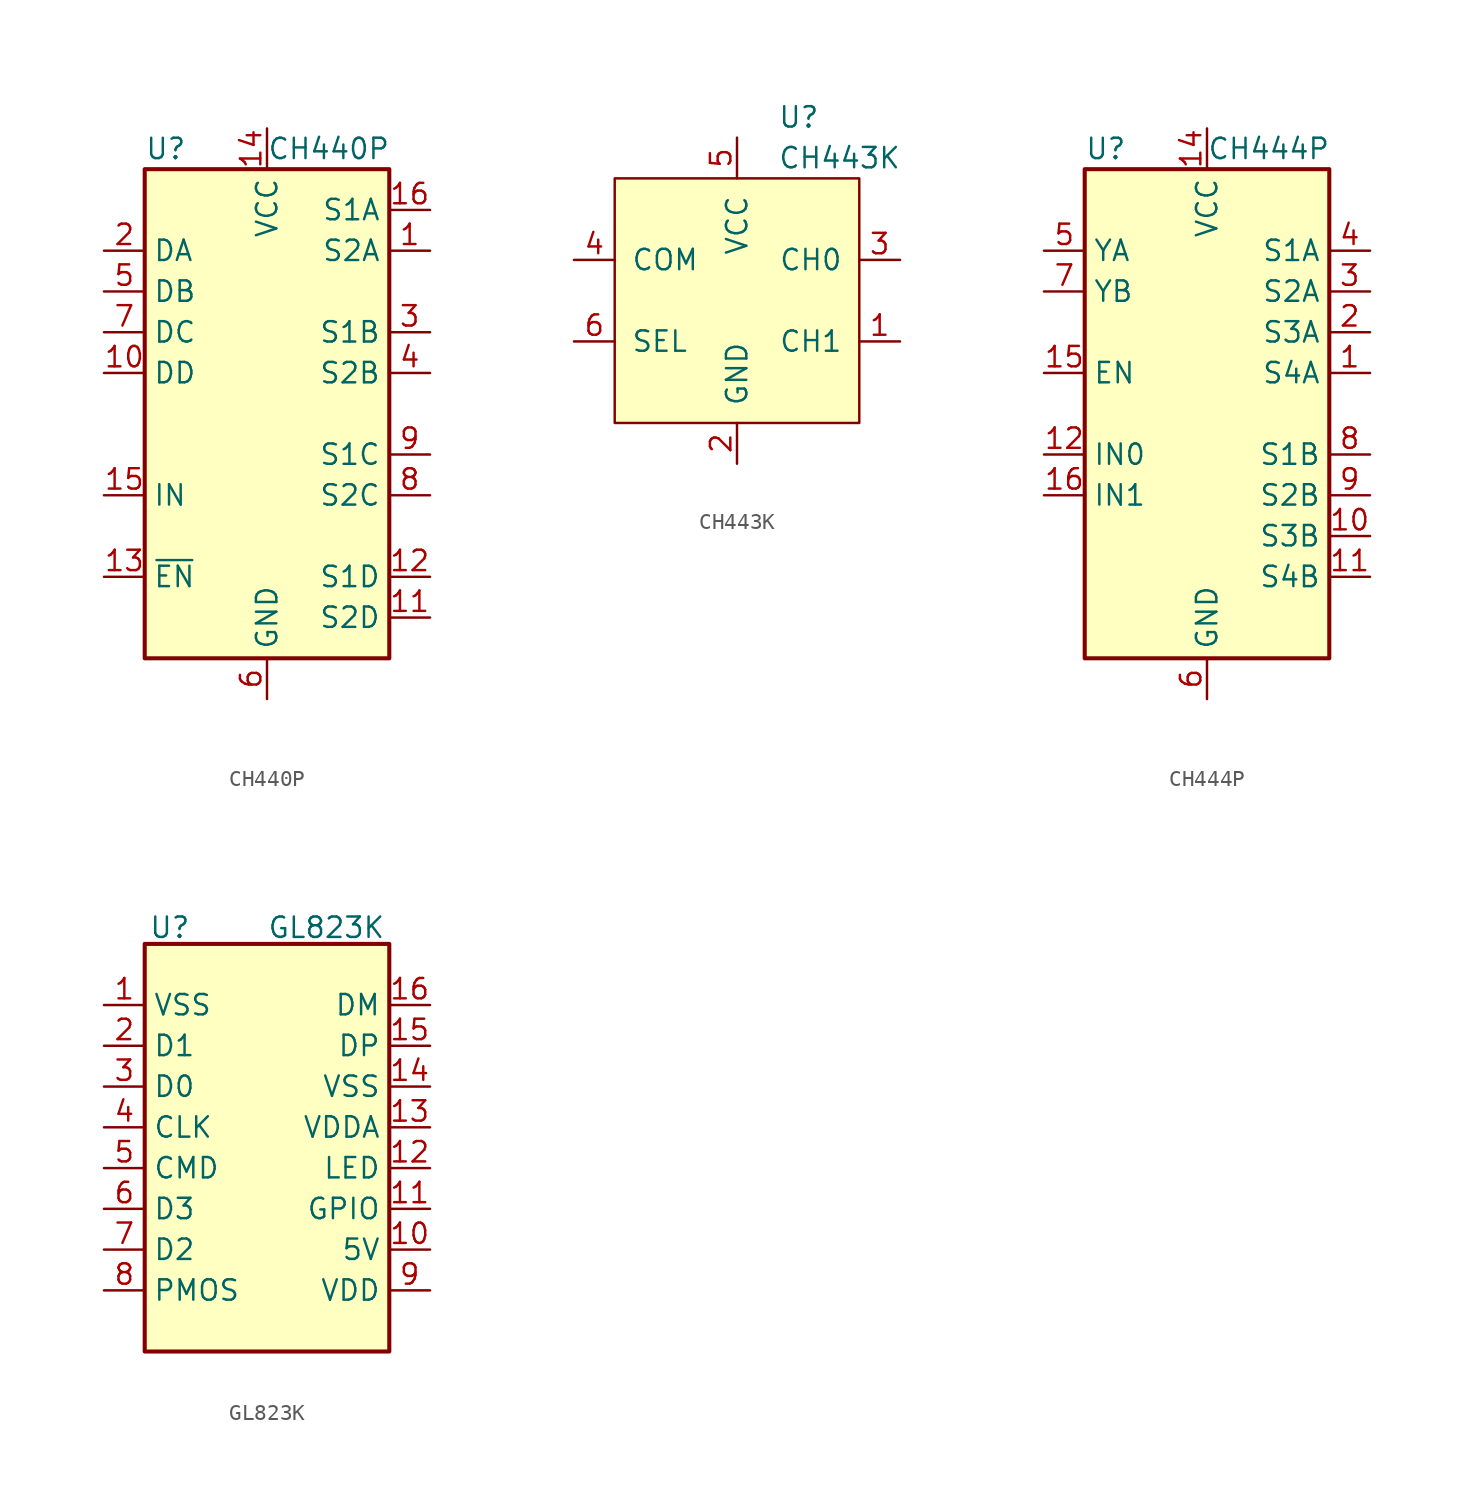
<source format=kicad_sym>
(kicad_symbol_lib
  (version 20241209)
  (generator "kicad_symbol_editor")
  (generator_version "9.0")
  (symbol "CH440P"
    (property "Reference" "U"
      (at -7.62 16.51 0)
      (effects (font (size 1.27 1.27)) (justify left)))
    (property "Value" "CH440P"
      (at 0 16.51 0)
      (effects (font (size 1.27 1.27)) (justify left)))
    (symbol "CH440P_0_1"
      (rectangle (start -7.62 15.24) (end 7.62 -15.24) (stroke (width 0.254) (type default)) (fill (type background))))
    (symbol "CH440P_1_1"
      (pin bidirectional line (at -10.16 10.16 0) (length 2.54) (name "DA" (effects (font (size 1.27 1.27)))) (number "2" (effects (font (size 1.27 1.27)))))
      (pin bidirectional line (at -10.16 7.62 0) (length 2.54) (name "DB" (effects (font (size 1.27 1.27)))) (number "5" (effects (font (size 1.27 1.27)))))
      (pin bidirectional line (at -10.16 5.08 0) (length 2.54) (name "DC" (effects (font (size 1.27 1.27)))) (number "7" (effects (font (size 1.27 1.27)))))
      (pin bidirectional line (at -10.16 2.54 0) (length 2.54) (name "DD" (effects (font (size 1.27 1.27)))) (number "10" (effects (font (size 1.27 1.27)))))
      (pin input line (at -10.16 -5.08 0) (length 2.54) (name "IN" (effects (font (size 1.27 1.27)))) (number "15" (effects (font (size 1.27 1.27)))))
      (pin input line (at -10.16 -10.16 0) (length 2.54) (name "~{EN}" (effects (font (size 1.27 1.27)))) (number "13" (effects (font (size 1.27 1.27)))))
      (pin power_in line (at 0 17.78 270) (length 2.54) (name "VCC" (effects (font (size 1.27 1.27)))) (number "14" (effects (font (size 1.27 1.27)))))
      (pin power_in line (at 0 -17.78 90) (length 2.54) (hide yes) (name "GND" (effects (font (size 1.27 1.27)))) (number "17" (effects (font (size 1.27 1.27)))))
      (pin power_in line (at 0 -17.78 90) (length 2.54) (name "GND" (effects (font (size 1.27 1.27)))) (number "6" (effects (font (size 1.27 1.27)))))
      (pin input line (at 10.16 12.7 180) (length 2.54) (name "S1A" (effects (font (size 1.27 1.27)))) (number "16" (effects (font (size 1.27 1.27)))))
      (pin bidirectional line (at 10.16 10.16 180) (length 2.54) (name "S2A" (effects (font (size 1.27 1.27)))) (number "1" (effects (font (size 1.27 1.27)))))
      (pin bidirectional line (at 10.16 5.08 180) (length 2.54) (name "S1B" (effects (font (size 1.27 1.27)))) (number "3" (effects (font (size 1.27 1.27)))))
      (pin bidirectional line (at 10.16 2.54 180) (length 2.54) (name "S2B" (effects (font (size 1.27 1.27)))) (number "4" (effects (font (size 1.27 1.27)))))
      (pin bidirectional line (at 10.16 -2.54 180) (length 2.54) (name "S1C" (effects (font (size 1.27 1.27)))) (number "9" (effects (font (size 1.27 1.27)))))
      (pin bidirectional line (at 10.16 -5.08 180) (length 2.54) (name "S2C" (effects (font (size 1.27 1.27)))) (number "8" (effects (font (size 1.27 1.27)))))
      (pin bidirectional line (at 10.16 -10.16 180) (length 2.54) (name "S1D" (effects (font (size 1.27 1.27)))) (number "12" (effects (font (size 1.27 1.27)))))
      (pin bidirectional line (at 10.16 -12.7 180) (length 2.54) (name "S2D" (effects (font (size 1.27 1.27)))) (number "11" (effects (font (size 1.27 1.27)))))))
  (symbol "CH443K"
    (pin_names
      (offset 1.016))
    (property "Reference" "U"
      (at 2.54 11.43 0)
      (effects (font (size 1.27 1.27)) (justify left)))
    (property "Value" "CH443K"
      (at 2.54 8.89 0)
      (effects (font (size 1.27 1.27)) (justify left)))
    (symbol "CH443K_0_1"
      (rectangle (start -7.62 7.62) (end 7.62 -7.62) (stroke (width 0) (type default)) (fill (type background))))
    (symbol "CH443K_1_1"
      (pin input line (at -10.16 2.54 0) (length 2.54) (name "COM" (effects (font (size 1.27 1.27)))) (number "4" (effects (font (size 1.27 1.27)))))
      (pin input line (at -10.16 -2.54 0) (length 2.54) (name "SEL" (effects (font (size 1.27 1.27)))) (number "6" (effects (font (size 1.27 1.27)))))
      (pin power_in line (at 0 10.16 270) (length 2.54) (name "VCC" (effects (font (size 1.27 1.27)))) (number "5" (effects (font (size 1.27 1.27)))))
      (pin power_in line (at 0 -10.16 90) (length 2.54) (name "GND" (effects (font (size 1.27 1.27)))) (number "2" (effects (font (size 1.27 1.27)))))
      (pin output line (at 10.16 2.54 180) (length 2.54) (name "CH0" (effects (font (size 1.27 1.27)))) (number "3" (effects (font (size 1.27 1.27)))))
      (pin output line (at 10.16 -2.54 180) (length 2.54) (name "CH1" (effects (font (size 1.27 1.27)))) (number "1" (effects (font (size 1.27 1.27)))))))
  (symbol "CH444P"
    (property "Reference" "U"
      (at -7.62 16.51 0)
      (effects (font (size 1.27 1.27)) (justify left)))
    (property "Value" "CH444P"
      (at 0 16.51 0)
      (effects (font (size 1.27 1.27)) (justify left)))
    (symbol "CH444P_0_1"
      (rectangle (start -7.62 15.24) (end 7.62 -15.24) (stroke (width 0.254) (type default)) (fill (type background))))
    (symbol "CH444P_1_0"
      (pin power_in line (at 0 -17.78 90) (length 2.54) (hide yes) (name "GND" (effects (font (size 1.27 1.27)))) (number "17" (effects (font (size 1.27 1.27))))))
    (symbol "CH444P_1_1"
      (pin bidirectional line (at -10.16 10.16 0) (length 2.54) (name "YA" (effects (font (size 1.27 1.27)))) (number "5" (effects (font (size 1.27 1.27)))))
      (pin bidirectional line (at -10.16 7.62 0) (length 2.54) (name "YB" (effects (font (size 1.27 1.27)))) (number "7" (effects (font (size 1.27 1.27)))))
      (pin input line (at -10.16 2.54 0) (length 2.54) (name "EN" (effects (font (size 1.27 1.27)))) (number "15" (effects (font (size 1.27 1.27)))))
      (pin input line (at -10.16 -2.54 0) (length 2.54) (name "IN0" (effects (font (size 1.27 1.27)))) (number "12" (effects (font (size 1.27 1.27)))))
      (pin power_in line (at -10.16 -5.08 0) (length 2.54) (name "IN1" (effects (font (size 1.27 1.27)))) (number "16" (effects (font (size 1.27 1.27)))))
      (pin bidirectional line (at 0 17.78 270) (length 2.54) (name "VCC" (effects (font (size 1.27 1.27)))) (number "14" (effects (font (size 1.27 1.27)))))
      (pin power_in line (at 0 -17.78 90) (length 2.54) (name "GND" (effects (font (size 1.27 1.27)))) (number "6" (effects (font (size 1.27 1.27)))))
      (pin bidirectional line (at 10.16 10.16 180) (length 2.54) (name "S1A" (effects (font (size 1.27 1.27)))) (number "4" (effects (font (size 1.27 1.27)))))
      (pin bidirectional line (at 10.16 7.62 180) (length 2.54) (name "S2A" (effects (font (size 1.27 1.27)))) (number "3" (effects (font (size 1.27 1.27)))))
      (pin bidirectional line (at 10.16 5.08 180) (length 2.54) (name "S3A" (effects (font (size 1.27 1.27)))) (number "2" (effects (font (size 1.27 1.27)))))
      (pin bidirectional line (at 10.16 2.54 180) (length 2.54) (name "S4A" (effects (font (size 1.27 1.27)))) (number "1" (effects (font (size 1.27 1.27)))))
      (pin bidirectional line (at 10.16 -2.54 180) (length 2.54) (name "S1B" (effects (font (size 1.27 1.27)))) (number "8" (effects (font (size 1.27 1.27)))))
      (pin bidirectional line (at 10.16 -5.08 180) (length 2.54) (name "S2B" (effects (font (size 1.27 1.27)))) (number "9" (effects (font (size 1.27 1.27)))))
      (pin bidirectional line (at 10.16 -7.62 180) (length 2.54) (name "S3B" (effects (font (size 1.27 1.27)))) (number "10" (effects (font (size 1.27 1.27)))))
      (pin bidirectional line (at 10.16 -10.16 180) (length 2.54) (name "S4B" (effects (font (size 1.27 1.27)))) (number "11" (effects (font (size 1.27 1.27)))))
      (pin no_connect line (at 10.16 -12.7 180) (length 2.54) (hide yes) (name "NC" (effects (font (size 1.27 1.27)))) (number "13" (effects (font (size 1.27 1.27)))))))
  (symbol "GL823K"
    (property "Reference" "U"
      (at -7.366 13.716 0)
      (effects (font (size 1.27 1.27)) (justify left)))
    (property "Value" "GL823K"
      (at 0 13.716 0)
      (effects (font (size 1.27 1.27)) (justify left)))
    (symbol "GL823K_0_1"
      (rectangle (start -7.62 12.7) (end 7.62 -12.7) (stroke (width 0.254) (type default)) (fill (type background))))
    (symbol "GL823K_1_1"
      (pin power_in line (at -10.16 8.89 0) (length 2.54) (name "VSS" (effects (font (size 1.27 1.27)))) (number "1" (effects (font (size 1.27 1.27)))))
      (pin bidirectional line (at -10.16 6.35 0) (length 2.54) (name "D1" (effects (font (size 1.27 1.27)))) (number "2" (effects (font (size 1.27 1.27)))))
      (pin bidirectional line (at -10.16 3.81 0) (length 2.54) (name "D0" (effects (font (size 1.27 1.27)))) (number "3" (effects (font (size 1.27 1.27)))))
      (pin output line (at -10.16 1.27 0) (length 2.54) (name "CLK" (effects (font (size 1.27 1.27)))) (number "4" (effects (font (size 1.27 1.27)))))
      (pin bidirectional line (at -10.16 -1.27 0) (length 2.54) (name "CMD" (effects (font (size 1.27 1.27)))) (number "5" (effects (font (size 1.27 1.27)))))
      (pin bidirectional line (at -10.16 -3.81 0) (length 2.54) (name "D3" (effects (font (size 1.27 1.27)))) (number "6" (effects (font (size 1.27 1.27)))))
      (pin bidirectional line (at -10.16 -6.35 0) (length 2.54) (name "D2" (effects (font (size 1.27 1.27)))) (number "7" (effects (font (size 1.27 1.27)))))
      (pin power_in line (at -10.16 -8.89 0) (length 2.54) (name "PMOS" (effects (font (size 1.27 1.27)))) (number "8" (effects (font (size 1.27 1.27)))))
      (pin bidirectional line (at 10.16 8.89 180) (length 2.54) (name "DM" (effects (font (size 1.27 1.27)))) (number "16" (effects (font (size 1.27 1.27)))))
      (pin bidirectional line (at 10.16 6.35 180) (length 2.54) (name "DP" (effects (font (size 1.27 1.27)))) (number "15" (effects (font (size 1.27 1.27)))))
      (pin power_in line (at 10.16 3.81 180) (length 2.54) (name "VSS" (effects (font (size 1.27 1.27)))) (number "14" (effects (font (size 1.27 1.27)))))
      (pin power_in line (at 10.16 1.27 180) (length 2.54) (name "VDDA" (effects (font (size 1.27 1.27)))) (number "13" (effects (font (size 1.27 1.27)))))
      (pin output line (at 10.16 -1.27 180) (length 2.54) (name "LED" (effects (font (size 1.27 1.27)))) (number "12" (effects (font (size 1.27 1.27)))))
      (pin input line (at 10.16 -3.81 180) (length 2.54) (name "GPIO" (effects (font (size 1.27 1.27)))) (number "11" (effects (font (size 1.27 1.27)))))
      (pin power_in line (at 10.16 -6.35 180) (length 2.54) (name "5V" (effects (font (size 1.27 1.27)))) (number "10" (effects (font (size 1.27 1.27)))))
      (pin power_in line (at 10.16 -8.89 180) (length 2.54) (name "VDD" (effects (font (size 1.27 1.27)))) (number "9" (effects (font (size 1.27 1.27))))))))
</source>
